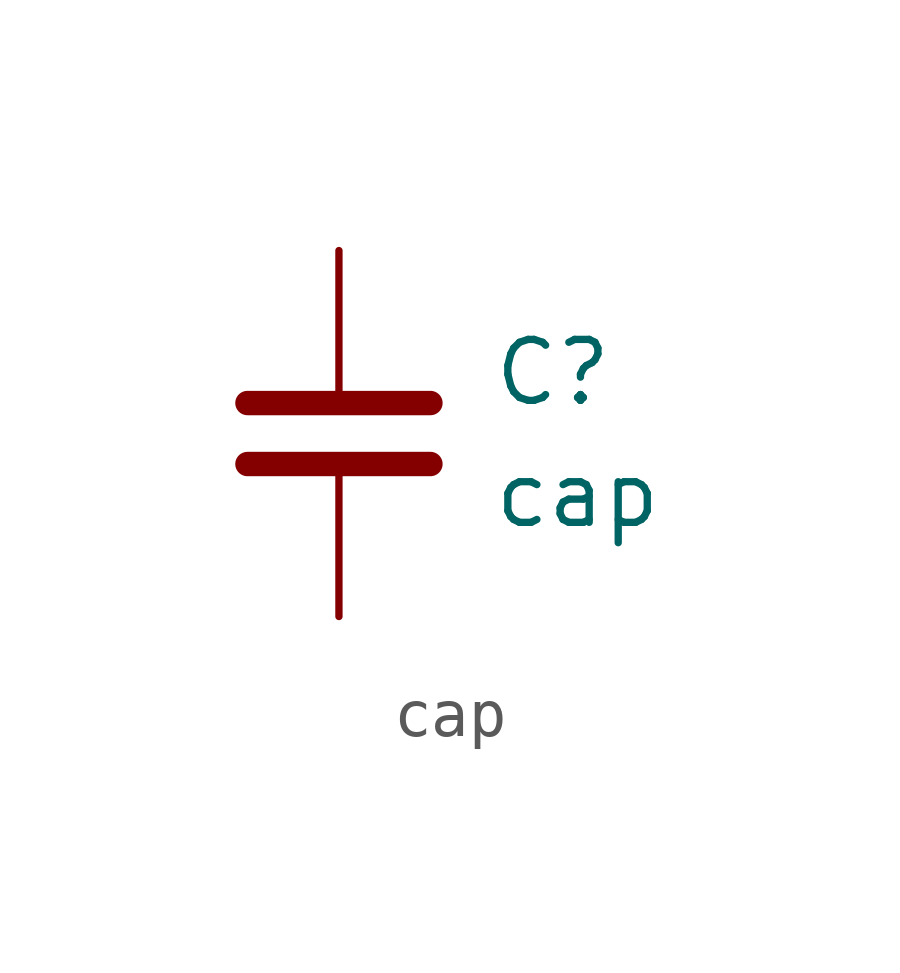
<source format=kicad_sym>
(kicad_symbol_lib
  (version 20241209)
  (generator "kicad_symbol_editor")
  (generator_version "9.0")
  (symbol "cap"
    (pin_numbers
      (hide yes))
    (pin_names
      (offset 0)
      (hide yes))
    (property "Reference" "C"
      (at 3.175 -2.54 0)
      (effects (font (size 1.27 1.27)) (justify left)))
    (property "Value" "cap"
      (at 3.175 -5.08 0)
      (effects (font (size 1.27 1.27)) (justify left)))
    (symbol "cap_0_1"
      (polyline (pts (xy -1.905 -3.175) (xy 1.905 -3.175)) (stroke (width 0.508) (type default)) (fill (type none)))
      (polyline (pts (xy -1.905 -4.445) (xy 1.905 -4.445)) (stroke (width 0.508) (type default)) (fill (type none))))
    (symbol "cap_1_1"
      (pin passive line (at 0 0 270) (length 3.175) (name "~" (effects (font (size 1.27 1.27)))) (number "1" (effects (font (size 1.27 1.27)))))
      (pin passive line (at 0 -7.62 90) (length 3.175) (name "~" (effects (font (size 1.27 1.27)))) (number "2" (effects (font (size 1.27 1.27))))))))
</source>
